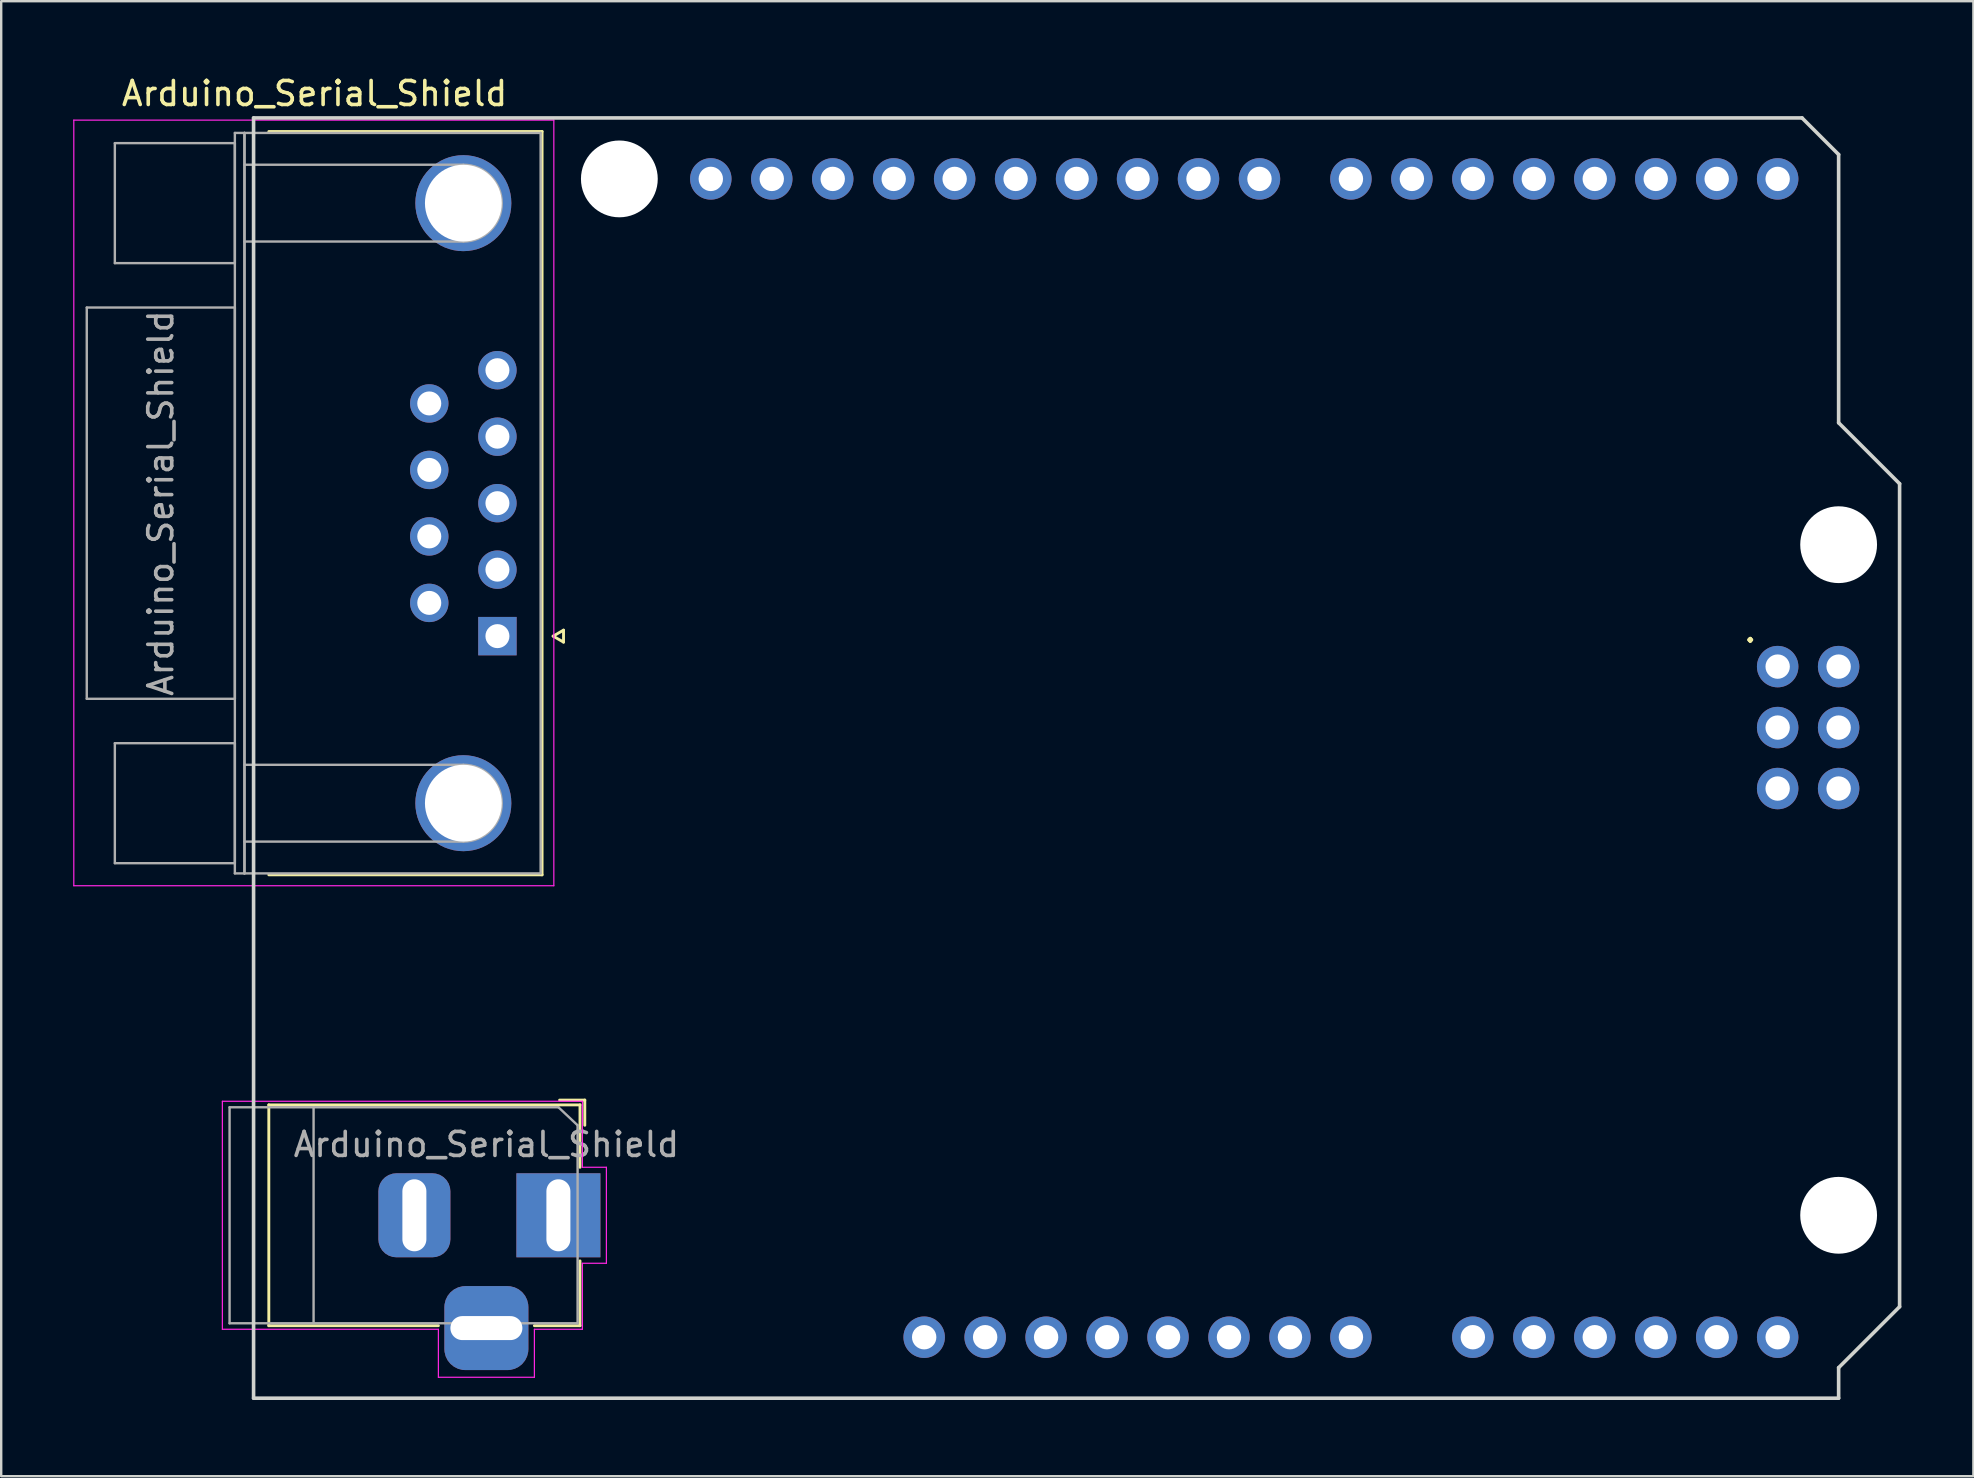
<source format=kicad_pcb>
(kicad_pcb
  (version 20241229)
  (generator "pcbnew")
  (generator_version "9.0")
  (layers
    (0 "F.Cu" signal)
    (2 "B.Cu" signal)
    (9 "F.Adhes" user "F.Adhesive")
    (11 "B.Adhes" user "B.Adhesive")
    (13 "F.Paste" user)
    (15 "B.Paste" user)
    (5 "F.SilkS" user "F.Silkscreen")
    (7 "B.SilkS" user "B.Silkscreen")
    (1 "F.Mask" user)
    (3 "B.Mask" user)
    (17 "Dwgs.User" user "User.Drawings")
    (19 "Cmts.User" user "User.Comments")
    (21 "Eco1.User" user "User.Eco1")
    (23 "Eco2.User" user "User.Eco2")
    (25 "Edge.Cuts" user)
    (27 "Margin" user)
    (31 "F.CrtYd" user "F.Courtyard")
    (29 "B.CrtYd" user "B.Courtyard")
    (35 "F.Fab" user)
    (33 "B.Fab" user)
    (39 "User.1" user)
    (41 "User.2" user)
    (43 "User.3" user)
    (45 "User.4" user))
  (footprint "Arduino_Serial_Shield"
    (layer "F.Cu")
    (at 7.515 55.204)
    (property "Reference" "Arduino_Serial_Shield" (at 2.54 -54.356 0) (layer "F.SilkS") (effects (font (size 1 1) (thickness 0.15))))
    (attr through_hole)
    (fp_line (start 0.635 -52.775) (end 12.02 -52.775) (stroke (width 0.12) (type solid)) (layer "F.SilkS"))
    (fp_line (start 0.635 -12.22) (end 13.6 -12.22) (stroke (width 0.12) (type solid)) (layer "F.SilkS"))
    (fp_line (start 0.635 -3.02) (end 0.635 -12.22) (stroke (width 0.12) (type solid)) (layer "F.SilkS"))
    (fp_line (start 7.7 -3.02) (end 0.635 -3.02) (stroke (width 0.12) (type solid)) (layer "F.SilkS"))
    (fp_line (start 12.02 -52.775) (end 12.02 -21.805) (stroke (width 0.12) (type solid)) (layer "F.SilkS"))
    (fp_line (start 12.02 -21.805) (end 0.635 -21.805) (stroke (width 0.12) (type solid)) (layer "F.SilkS"))
    (fp_line (start 12.481 -31.75) (end 12.914 -32) (stroke (width 0.12) (type solid)) (layer "F.SilkS"))
    (fp_line (start 12.75 -12.42) (end 13.8 -12.42) (stroke (width 0.12) (type solid)) (layer "F.SilkS"))
    (fp_line (start 12.914 -32) (end 12.914 -31.5) (stroke (width 0.12) (type solid)) (layer "F.SilkS"))
    (fp_line (start 12.914 -31.5) (end 12.481 -31.75) (stroke (width 0.12) (type solid)) (layer "F.SilkS"))
    (fp_line (start 13.6 -12.22) (end 13.6 -9.62) (stroke (width 0.12) (type solid)) (layer "F.SilkS"))
    (fp_line (start 13.6 -5.72) (end 13.6 -3.02) (stroke (width 0.12) (type solid)) (layer "F.SilkS"))
    (fp_line (start 13.6 -3.02) (end 11.7 -3.02) (stroke (width 0.12) (type solid)) (layer "F.SilkS"))
    (fp_line (start 13.8 -11.37) (end 13.8 -12.42) (stroke (width 0.12) (type solid)) (layer "F.SilkS"))
    (fp_line (start 0 -53.34) (end 0 0) (stroke (width 0.15) (type solid)) (layer "Edge.Cuts"))
    (fp_line (start 0 -53.34) (end 64.516 -53.34) (stroke (width 0.15) (type solid)) (layer "Edge.Cuts"))
    (fp_line (start 0 0) (end 66.04 0) (stroke (width 0.15) (type solid)) (layer "Edge.Cuts"))
    (fp_line (start 64.516 -53.34) (end 66.04 -51.816) (stroke (width 0.15) (type solid)) (layer "Edge.Cuts"))
    (fp_line (start 66.04 -40.64) (end 66.04 -51.816) (stroke (width 0.15) (type solid)) (layer "Edge.Cuts"))
    (fp_line (start 66.04 -1.27) (end 68.58 -3.81) (stroke (width 0.15) (type solid)) (layer "Edge.Cuts"))
    (fp_line (start 66.04 0) (end 66.04 -1.27) (stroke (width 0.15) (type solid)) (layer "Edge.Cuts"))
    (fp_line (start 68.58 -38.1) (end 66.04 -40.64) (stroke (width 0.15) (type solid)) (layer "Edge.Cuts"))
    (fp_line (start 68.58 -3.81) (end 68.58 -38.1) (stroke (width 0.15) (type solid)) (layer "Edge.Cuts"))
    (fp_line (start -7.49 -53.25) (end -7.49 -21.35) (stroke (width 0.05) (type solid)) (layer "F.CrtYd"))
    (fp_line (start -7.49 -21.35) (end 12.51 -21.35) (stroke (width 0.05) (type solid)) (layer "F.CrtYd"))
    (fp_line (start -1.3 -2.87) (end -1.3 -12.37) (stroke (width 0.05) (type solid)) (layer "F.CrtYd"))
    (fp_line (start 7.7 -2.87) (end -1.3 -2.87) (stroke (width 0.05) (type solid)) (layer "F.CrtYd"))
    (fp_line (start 7.7 -0.87) (end 7.7 -2.87) (stroke (width 0.05) (type solid)) (layer "F.CrtYd"))
    (fp_line (start 11.7 -2.87) (end 11.7 -0.87) (stroke (width 0.05) (type solid)) (layer "F.CrtYd"))
    (fp_line (start 11.7 -0.87) (end 7.7 -0.87) (stroke (width 0.05) (type solid)) (layer "F.CrtYd"))
    (fp_line (start 12.51 -53.25) (end -7.49 -53.25) (stroke (width 0.05) (type solid)) (layer "F.CrtYd"))
    (fp_line (start 12.51 -21.35) (end 12.51 -53.25) (stroke (width 0.05) (type solid)) (layer "F.CrtYd"))
    (fp_line (start 13.7 -12.37) (end -1.3 -12.37) (stroke (width 0.05) (type solid)) (layer "F.CrtYd"))
    (fp_line (start 13.7 -12.12) (end 13.7 -12.37) (stroke (width 0.05) (type solid)) (layer "F.CrtYd"))
    (fp_line (start 13.7 -12.12) (end 13.7 -9.62) (stroke (width 0.05) (type solid)) (layer "F.CrtYd"))
    (fp_line (start 13.7 -9.62) (end 14.7 -9.62) (stroke (width 0.05) (type solid)) (layer "F.CrtYd"))
    (fp_line (start 13.7 -5.62) (end 13.7 -2.87) (stroke (width 0.05) (type solid)) (layer "F.CrtYd"))
    (fp_line (start 13.7 -2.87) (end 11.7 -2.87) (stroke (width 0.05) (type solid)) (layer "F.CrtYd"))
    (fp_line (start 14.7 -9.62) (end 14.7 -5.62) (stroke (width 0.05) (type solid)) (layer "F.CrtYd"))
    (fp_line (start 14.7 -5.62) (end 13.7 -5.62) (stroke (width 0.05) (type solid)) (layer "F.CrtYd"))
    (fp_line (start -6.95 -45.44) (end -6.95 -29.14) (stroke (width 0.1) (type solid)) (layer "F.Fab"))
    (fp_line (start -6.95 -29.14) (end -0.78 -29.14) (stroke (width 0.1) (type solid)) (layer "F.Fab"))
    (fp_line (start -5.78 -52.29) (end -5.78 -47.29) (stroke (width 0.1) (type solid)) (layer "F.Fab"))
    (fp_line (start -5.78 -47.29) (end -0.78 -47.29) (stroke (width 0.1) (type solid)) (layer "F.Fab"))
    (fp_line (start -5.78 -27.29) (end -5.78 -22.29) (stroke (width 0.1) (type solid)) (layer "F.Fab"))
    (fp_line (start -5.78 -22.29) (end -0.78 -22.29) (stroke (width 0.1) (type solid)) (layer "F.Fab"))
    (fp_line (start -1 -12.12) (end -1 -3.12) (stroke (width 0.1) (type solid)) (layer "F.Fab"))
    (fp_line (start -1 -3.12) (end 13.5 -3.12) (stroke (width 0.1) (type solid)) (layer "F.Fab"))
    (fp_line (start -0.78 -52.715) (end -0.78 -21.865) (stroke (width 0.1) (type solid)) (layer "F.Fab"))
    (fp_line (start -0.78 -52.29) (end -5.78 -52.29) (stroke (width 0.1) (type solid)) (layer "F.Fab"))
    (fp_line (start -0.78 -47.29) (end -0.78 -52.29) (stroke (width 0.1) (type solid)) (layer "F.Fab"))
    (fp_line (start -0.78 -45.44) (end -6.95 -45.44) (stroke (width 0.1) (type solid)) (layer "F.Fab"))
    (fp_line (start -0.78 -29.14) (end -0.78 -45.44) (stroke (width 0.1) (type solid)) (layer "F.Fab"))
    (fp_line (start -0.78 -27.29) (end -5.78 -27.29) (stroke (width 0.1) (type solid)) (layer "F.Fab"))
    (fp_line (start -0.78 -22.29) (end -0.78 -27.29) (stroke (width 0.1) (type solid)) (layer "F.Fab"))
    (fp_line (start -0.78 -21.865) (end -0.38 -21.865) (stroke (width 0.1) (type solid)) (layer "F.Fab"))
    (fp_line (start -0.38 -52.715) (end -0.78 -52.715) (stroke (width 0.1) (type solid)) (layer "F.Fab"))
    (fp_line (start -0.38 -52.715) (end -0.38 -21.865) (stroke (width 0.1) (type solid)) (layer "F.Fab"))
    (fp_line (start -0.38 -51.39) (end 8.74 -51.39) (stroke (width 0.1) (type solid)) (layer "F.Fab"))
    (fp_line (start -0.38 -48.19) (end 8.74 -48.19) (stroke (width 0.1) (type solid)) (layer "F.Fab"))
    (fp_line (start -0.38 -26.39) (end 8.74 -26.39) (stroke (width 0.1) (type solid)) (layer "F.Fab"))
    (fp_line (start -0.38 -23.19) (end 8.74 -23.19) (stroke (width 0.1) (type solid)) (layer "F.Fab"))
    (fp_line (start -0.38 -21.865) (end -0.38 -52.715) (stroke (width 0.1) (type solid)) (layer "F.Fab"))
    (fp_line (start -0.38 -21.865) (end 11.96 -21.865) (stroke (width 0.1) (type solid)) (layer "F.Fab"))
    (fp_line (start 2.5 -12.12) (end 2.5 -3.12) (stroke (width 0.1) (type solid)) (layer "F.Fab"))
    (fp_line (start 11.96 -52.715) (end -0.38 -52.715) (stroke (width 0.1) (type solid)) (layer "F.Fab"))
    (fp_line (start 11.96 -21.865) (end 11.96 -52.715) (stroke (width 0.1) (type solid)) (layer "F.Fab"))
    (fp_line (start 12.697 -12.125) (end 13.5 -11.37) (stroke (width 0.1) (type solid)) (layer "F.Fab"))
    (fp_line (start 12.7 -12.12) (end -1 -12.12) (stroke (width 0.1) (type solid)) (layer "F.Fab"))
    (fp_line (start 13.5 -3.12) (end 13.5 -11.37) (stroke (width 0.1) (type solid)) (layer "F.Fab"))
    (fp_arc (start 8.74 -51.39) (mid 10.34 -49.79) (end 8.74 -48.19) (stroke (width 0.1) (type solid)) (layer "F.Fab"))
    (fp_arc (start 8.74 -26.39) (mid 10.34 -24.79) (end 8.74 -23.19) (stroke (width 0.1) (type solid)) (layer "F.Fab"))
    (fp_text user "." (at 62.357 -32.004 0) (layer "F.SilkS") (effects (font (size 1 1) (thickness 0.15))))
    (fp_text user "${REFERENCE}" (at 9.7 -10.57 0) (layer "F.Fab") (effects (font (size 1 1) (thickness 0.15))))
    (fp_text user "${REFERENCE}" (at -3.865 -37.29 270) (layer "F.Fab") (effects (font (size 1 1) (thickness 0.15))))
    (pad "" np_thru_hole circle (at 15.24 -50.8) (size 3.2 3.2) (drill 3.2) (layers "*.Cu" "*.Mask"))
    (pad "" thru_hole oval (at 27.94 -2.54) (size 1.727 1.727) (drill 1.016) (layers "*.Cu" "*.Mask"))
    (pad "" np_thru_hole circle (at 66.04 -35.56) (size 3.2 3.2) (drill 3.2) (layers "*.Cu" "*.Mask"))
    (pad "" np_thru_hole circle (at 66.04 -7.62) (size 3.2 3.2) (drill 3.2) (layers "*.Cu" "*.Mask"))
    (pad "1" thru_hole rect (at 10.16 -31.75 270) (size 1.6 1.6) (drill 1) (layers "*.Cu" "*.Mask"))
    (pad "3V3" thru_hole oval (at 35.56 -2.54) (size 1.727 1.727) (drill 1.016) (layers "*.Cu" "*.Mask"))
    (pad "5V1" thru_hole oval (at 38.1 -2.54) (size 1.727 1.727) (drill 1.016) (layers "*.Cu" "*.Mask"))
    (pad "5V2" thru_hole oval (at 66.04 -30.48) (size 1.727 1.727) (drill 1.016) (layers "*.Cu" "*.Mask"))
    (pad "6" thru_hole circle (at 7.32 -33.135 270) (size 1.6 1.6) (drill 1) (layers "*.Cu" "*.Mask"))
    (pad "7" thru_hole circle (at 7.32 -35.905 270) (size 1.6 1.6) (drill 1) (layers "*.Cu" "*.Mask"))
    (pad "8" thru_hole circle (at 7.32 -38.675 270) (size 1.6 1.6) (drill 1) (layers "*.Cu" "*.Mask"))
    (pad "9" thru_hole circle (at 7.32 -41.445 270) (size 1.6 1.6) (drill 1) (layers "*.Cu" "*.Mask"))
    (pad "A0" thru_hole oval (at 50.8 -2.54) (size 1.727 1.727) (drill 1.016) (layers "*.Cu" "*.Mask"))
    (pad "A1" thru_hole oval (at 53.34 -2.54) (size 1.727 1.727) (drill 1.016) (layers "*.Cu" "*.Mask"))
    (pad "A2" thru_hole oval (at 55.88 -2.54) (size 1.727 1.727) (drill 1.016) (layers "*.Cu" "*.Mask"))
    (pad "A3" thru_hole oval (at 58.42 -2.54) (size 1.727 1.727) (drill 1.016) (layers "*.Cu" "*.Mask"))
    (pad "A4" thru_hole oval (at 60.96 -2.54) (size 1.727 1.727) (drill 1.016) (layers "*.Cu" "*.Mask"))
    (pad "A5" thru_hole oval (at 63.5 -2.54) (size 1.727 1.727) (drill 1.016) (layers "*.Cu" "*.Mask"))
    (pad "AREF" thru_hole oval (at 24.13 -50.8) (size 1.727 1.727) (drill 1.016) (layers "*.Cu" "*.Mask"))
    (pad "D0" thru_hole oval (at 63.5 -50.8) (size 1.727 1.727) (drill 1.016) (layers "*.Cu" "*.Mask"))
    (pad "D1" thru_hole oval (at 60.96 -50.8) (size 1.727 1.727) (drill 1.016) (layers "*.Cu" "*.Mask"))
    (pad "D2" thru_hole oval (at 58.42 -50.8) (size 1.727 1.727) (drill 1.016) (layers "*.Cu" "*.Mask"))
    (pad "D3" thru_hole oval (at 55.88 -50.8) (size 1.727 1.727) (drill 1.016) (layers "*.Cu" "*.Mask"))
    (pad "D4" thru_hole oval (at 53.34 -50.8) (size 1.727 1.727) (drill 1.016) (layers "*.Cu" "*.Mask"))
    (pad "D5" thru_hole oval (at 50.8 -50.8) (size 1.727 1.727) (drill 1.016) (layers "*.Cu" "*.Mask"))
    (pad "D6" thru_hole oval (at 48.26 -50.8) (size 1.727 1.727) (drill 1.016) (layers "*.Cu" "*.Mask"))
    (pad "D7" thru_hole oval (at 45.72 -50.8) (size 1.727 1.727) (drill 1.016) (layers "*.Cu" "*.Mask"))
    (pad "D8" thru_hole oval (at 41.91 -50.8) (size 1.727 1.727) (drill 1.016) (layers "*.Cu" "*.Mask"))
    (pad "D9" thru_hole oval (at 39.37 -50.8) (size 1.727 1.727) (drill 1.016) (layers "*.Cu" "*.Mask"))
    (pad "D10" thru_hole oval (at 36.83 -50.8) (size 1.727 1.727) (drill 1.016) (layers "*.Cu" "*.Mask"))
    (pad "D11" thru_hole oval (at 34.29 -50.8) (size 1.727 1.727) (drill 1.016) (layers "*.Cu" "*.Mask"))
    (pad "D12" thru_hole oval (at 31.75 -50.8) (size 1.727 1.727) (drill 1.016) (layers "*.Cu" "*.Mask"))
    (pad "D13" thru_hole oval (at 29.21 -50.8) (size 1.727 1.727) (drill 1.016) (layers "*.Cu" "*.Mask"))
    (pad "DTR" thru_hole circle (at 10.16 -40.06 270) (size 1.6 1.6) (drill 1) (layers "*.Cu" "*.Mask"))
    (pad "GND1" thru_hole oval (at 26.67 -50.8) (size 1.727 1.727) (drill 1.016) (layers "*.Cu" "*.Mask"))
    (pad "GND2" thru_hole oval (at 40.64 -2.54) (size 1.727 1.727) (drill 1.016) (layers "*.Cu" "*.Mask"))
    (pad "GND3" thru_hole oval (at 43.18 -2.54) (size 1.727 1.727) (drill 1.016) (layers "*.Cu" "*.Mask"))
    (pad "GND4" thru_hole oval (at 66.04 -25.4) (size 1.727 1.727) (drill 1.016) (layers "*.Cu" "*.Mask"))
    (pad "GND5" thru_hole roundrect (at 9.7 -2.92) (size 3.5 3.5) (drill oval 3 1) (layers "*.Cu" "*.Mask") (roundrect_rratio 0.25))
    (pad "GND6" thru_hole roundrect (at 6.7 -7.62) (size 3 3.5) (drill oval 1 3) (layers "*.Cu" "*.Mask") (roundrect_rratio 0.25))
    (pad "GND7" thru_hole circle (at 8.74 -49.79 270) (size 4 4) (drill 3.2) (layers "*.Cu" "*.Mask"))
    (pad "GND7" thru_hole circle (at 8.74 -24.79 270) (size 4 4) (drill 3.2) (layers "*.Cu" "*.Mask"))
    (pad "GND7" thru_hole circle (at 10.16 -42.83 270) (size 1.6 1.6) (drill 1) (layers "*.Cu" "*.Mask"))
    (pad "IORF" thru_hole oval (at 30.48 -2.54) (size 1.727 1.727) (drill 1.016) (layers "*.Cu" "*.Mask"))
    (pad "MISO" thru_hole oval (at 63.5 -30.48) (size 1.727 1.727) (drill 1.016) (layers "*.Cu" "*.Mask"))
    (pad "MOSI" thru_hole oval (at 66.04 -27.94) (size 1.727 1.727) (drill 1.016) (layers "*.Cu" "*.Mask"))
    (pad "RST1" thru_hole oval (at 33.02 -2.54) (size 1.727 1.727) (drill 1.016) (layers "*.Cu" "*.Mask"))
    (pad "RST2" thru_hole oval (at 63.5 -25.4) (size 1.727 1.727) (drill 1.016) (layers "*.Cu" "*.Mask"))
    (pad "RX" thru_hole circle (at 10.16 -37.29 270) (size 1.6 1.6) (drill 1) (layers "*.Cu" "*.Mask"))
    (pad "SCK" thru_hole oval (at 63.5 -27.94) (size 1.727 1.727) (drill 1.016) (layers "*.Cu" "*.Mask"))
    (pad "SCL" thru_hole oval (at 19.05 -50.8) (size 1.727 1.727) (drill 1.016) (layers "*.Cu" "*.Mask"))
    (pad "SDA" thru_hole oval (at 21.59 -50.8) (size 1.727 1.727) (drill 1.016) (layers "*.Cu" "*.Mask"))
    (pad "TX" thru_hole circle (at 10.16 -34.52 270) (size 1.6 1.6) (drill 1) (layers "*.Cu" "*.Mask"))
    (pad "VIN" thru_hole oval (at 45.72 -2.54) (size 1.727 1.727) (drill 1.016) (layers "*.Cu" "*.Mask"))
    (pad "VIN1" thru_hole rect (at 12.7 -7.62) (size 3.5 3.5) (drill oval 1 3) (layers "*.Cu" "*.Mask")))
  (gr_rect
    (start -3 -3)
    (end 79.17 58.454)
    (stroke (width 0.1) (type default))
    (fill no)
    (layer "Edge.Cuts")))
</source>
